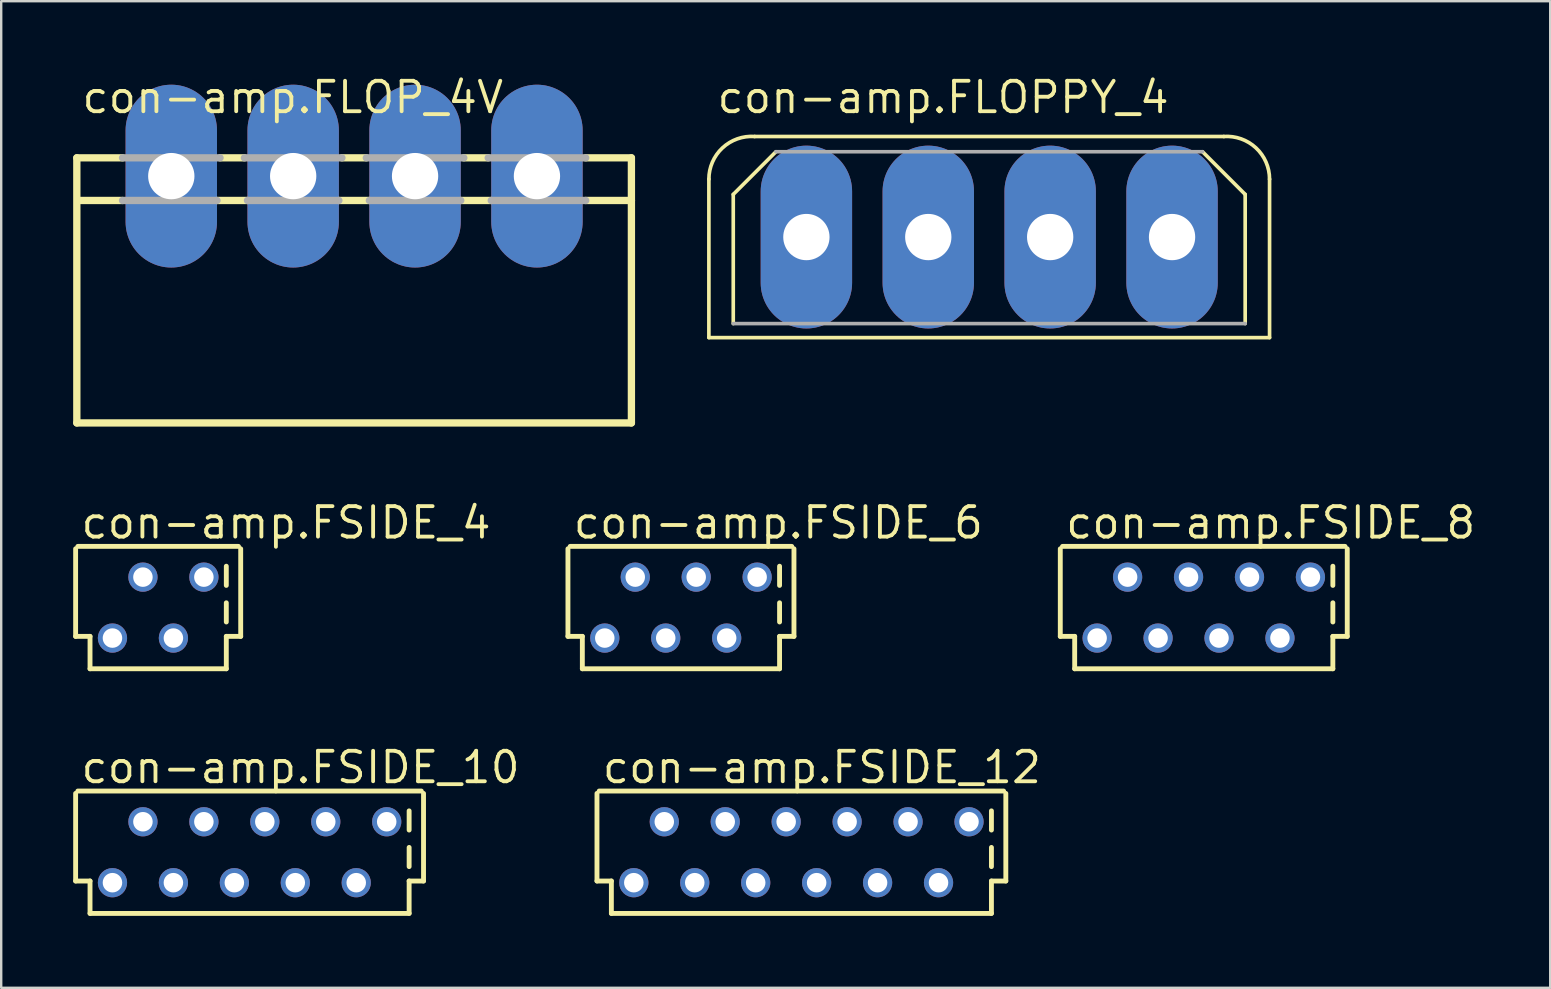
<source format=kicad_pcb>
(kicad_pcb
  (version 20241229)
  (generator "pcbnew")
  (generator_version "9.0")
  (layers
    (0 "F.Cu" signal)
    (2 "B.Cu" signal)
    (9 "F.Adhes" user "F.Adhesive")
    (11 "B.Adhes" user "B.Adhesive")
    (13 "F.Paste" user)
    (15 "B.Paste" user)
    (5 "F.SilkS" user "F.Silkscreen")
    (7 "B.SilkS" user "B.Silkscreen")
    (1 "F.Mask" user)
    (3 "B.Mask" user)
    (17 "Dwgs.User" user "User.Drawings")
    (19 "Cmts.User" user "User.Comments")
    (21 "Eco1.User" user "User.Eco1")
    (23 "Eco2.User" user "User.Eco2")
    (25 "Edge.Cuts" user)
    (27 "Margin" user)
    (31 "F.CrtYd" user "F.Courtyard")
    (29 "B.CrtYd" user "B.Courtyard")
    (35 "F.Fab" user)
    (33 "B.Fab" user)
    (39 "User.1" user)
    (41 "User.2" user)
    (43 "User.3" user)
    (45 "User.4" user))
  (footprint "con-amp.FSIDE_4"
    (layer "F.Cu")
    (at 3.542 22.273)
    (property "Reference" "con-amp.FSIDE_4" (at -3.302 -2.794 0) (layer "F.SilkS") (effects (font (size 1.27 1.27) (thickness 0.16)) (justify left bottom)))
    (attr through_hole)
    (fp_line (start -3.44 -2.451) (end -3.44 1.2) (stroke (width 0.203) (type default)) (layer "F.SilkS"))
    (fp_line (start -3.44 1.2) (end -2.84 1.2) (stroke (width 0.203) (type default)) (layer "F.SilkS"))
    (fp_line (start -2.84 1.2) (end -2.84 2.55) (stroke (width 0.203) (type default)) (layer "F.SilkS"))
    (fp_line (start -2.84 2.55) (end 2.84 2.55) (stroke (width 0.203) (type default)) (layer "F.SilkS"))
    (fp_line (start 2.84 -1.724) (end 2.84 -0.924) (stroke (width 0.203) (type default)) (layer "F.SilkS"))
    (fp_line (start 2.84 -0.2) (end 2.84 0.6) (stroke (width 0.203) (type default)) (layer "F.SilkS"))
    (fp_line (start 2.84 1.2) (end 3.44 1.2) (stroke (width 0.203) (type default)) (layer "F.SilkS"))
    (fp_line (start 2.84 2.55) (end 2.84 1.2) (stroke (width 0.203) (type default)) (layer "F.SilkS"))
    (fp_line (start 3.348 -2.55) (end -3.348 -2.55) (stroke (width 0.203) (type default)) (layer "F.SilkS"))
    (fp_line (start 3.44 1.2) (end 3.44 -2.451) (stroke (width 0.203) (type default)) (layer "F.SilkS"))
    (pad "1" thru_hole circle (at -1.905 1.27) (size 1.219 1.219) (drill 0.813) (layers "*.Cu" "*.Mask"))
    (pad "2" thru_hole circle (at -0.635 -1.27) (size 1.219 1.219) (drill 0.813) (layers "*.Cu" "*.Mask"))
    (pad "3" thru_hole circle (at 0.635 1.27) (size 1.219 1.219) (drill 0.813) (layers "*.Cu" "*.Mask"))
    (pad "4" thru_hole circle (at 1.905 -1.27) (size 1.219 1.219) (drill 0.813) (layers "*.Cu" "*.Mask")))
  (footprint "con-amp.FLOPPY_4"
    (layer "F.Cu")
    (at 38.179 6.83)
    (property "Reference" "con-amp.FLOPPY_4" (at -11.43 -5.08 0) (layer "F.SilkS") (effects (font (size 1.27 1.27) (thickness 0.16)) (justify left bottom)))
    (attr through_hole)
    (fp_line (start -11.684 4.191) (end -11.684 -2.413) (stroke (width 0.152) (type default)) (layer "F.SilkS"))
    (fp_line (start -10.668 -1.778) (end -10.668 3.607) (stroke (width 0.152) (type default)) (layer "F.SilkS"))
    (fp_line (start -10.668 -1.778) (end -8.89 -3.556) (stroke (width 0.152) (type default)) (layer "F.SilkS"))
    (fp_line (start 9.779 -4.191) (end -9.779 -4.191) (stroke (width 0.152) (type default)) (layer "F.SilkS"))
    (fp_line (start 10.668 -1.778) (end 8.89 -3.556) (stroke (width 0.152) (type default)) (layer "F.SilkS"))
    (fp_line (start 10.668 3.607) (end 10.668 -1.778) (stroke (width 0.152) (type default)) (layer "F.SilkS"))
    (fp_line (start 11.684 -2.413) (end 11.684 4.191) (stroke (width 0.152) (type default)) (layer "F.SilkS"))
    (fp_line (start 11.684 4.191) (end -11.684 4.191) (stroke (width 0.152) (type default)) (layer "F.SilkS"))
    (fp_arc (start -11.684 -2.413) (mid -11.117831 -3.715979) (end -9.779 -4.1912) (stroke (width 0.1524) (type default)) (layer "F.SilkS"))
    (fp_arc (start 9.779 -4.191) (mid 11.117689 -3.715838) (end 11.6838 -2.413) (stroke (width 0.1524) (type default)) (layer "F.SilkS"))
    (fp_line (start -10.668 3.607) (end 10.668 3.607) (stroke (width 0.152) (type default)) (layer "F.Fab"))
    (fp_line (start -8.89 -3.556) (end 8.89 -3.556) (stroke (width 0.152) (type default)) (layer "F.Fab"))
    (pad "1" thru_hole oval (at 7.62 0 90) (size 7.62 3.81) (drill 1.93) (layers "*.Cu" "*.Mask"))
    (pad "2" thru_hole oval (at 2.54 0 90) (size 7.62 3.81) (drill 1.93) (layers "*.Cu" "*.Mask"))
    (pad "3" thru_hole oval (at -2.54 0 90) (size 7.62 3.81) (drill 1.93) (layers "*.Cu" "*.Mask"))
    (pad "4" thru_hole oval (at -7.62 0 90) (size 7.62 3.81) (drill 1.93) (layers "*.Cu" "*.Mask")))
  (footprint "con-amp.FSIDE_12"
    (layer "F.Cu")
    (at 30.351 32.469)
    (property "Reference" "con-amp.FSIDE_12" (at -8.382 -2.794 0) (layer "F.SilkS") (effects (font (size 1.27 1.27) (thickness 0.16)) (justify left bottom)))
    (attr through_hole)
    (fp_line (start -8.52 -2.451) (end -8.52 1.2) (stroke (width 0.203) (type default)) (layer "F.SilkS"))
    (fp_line (start -8.52 1.2) (end -7.92 1.2) (stroke (width 0.203) (type default)) (layer "F.SilkS"))
    (fp_line (start -7.92 1.2) (end -7.92 2.55) (stroke (width 0.203) (type default)) (layer "F.SilkS"))
    (fp_line (start -7.92 2.55) (end 7.92 2.55) (stroke (width 0.203) (type default)) (layer "F.SilkS"))
    (fp_line (start 7.92 -1.724) (end 7.92 -0.924) (stroke (width 0.203) (type default)) (layer "F.SilkS"))
    (fp_line (start 7.92 -0.2) (end 7.92 0.6) (stroke (width 0.203) (type default)) (layer "F.SilkS"))
    (fp_line (start 7.92 1.2) (end 8.52 1.2) (stroke (width 0.203) (type default)) (layer "F.SilkS"))
    (fp_line (start 7.92 2.55) (end 7.92 1.2) (stroke (width 0.203) (type default)) (layer "F.SilkS"))
    (fp_line (start 8.428 -2.55) (end -8.428 -2.55) (stroke (width 0.203) (type default)) (layer "F.SilkS"))
    (fp_line (start 8.52 1.2) (end 8.52 -2.451) (stroke (width 0.203) (type default)) (layer "F.SilkS"))
    (pad "1" thru_hole circle (at -6.985 1.27) (size 1.219 1.219) (drill 0.813) (layers "*.Cu" "*.Mask"))
    (pad "2" thru_hole circle (at -5.715 -1.27) (size 1.219 1.219) (drill 0.813) (layers "*.Cu" "*.Mask"))
    (pad "3" thru_hole circle (at -4.445 1.27) (size 1.219 1.219) (drill 0.813) (layers "*.Cu" "*.Mask"))
    (pad "4" thru_hole circle (at -3.175 -1.27) (size 1.219 1.219) (drill 0.813) (layers "*.Cu" "*.Mask"))
    (pad "5" thru_hole circle (at -1.905 1.27) (size 1.219 1.219) (drill 0.813) (layers "*.Cu" "*.Mask"))
    (pad "6" thru_hole circle (at -0.635 -1.27) (size 1.219 1.219) (drill 0.813) (layers "*.Cu" "*.Mask"))
    (pad "7" thru_hole circle (at 0.635 1.27) (size 1.219 1.219) (drill 0.813) (layers "*.Cu" "*.Mask"))
    (pad "8" thru_hole circle (at 1.905 -1.27) (size 1.219 1.219) (drill 0.813) (layers "*.Cu" "*.Mask"))
    (pad "9" thru_hole circle (at 3.175 1.27) (size 1.219 1.219) (drill 0.813) (layers "*.Cu" "*.Mask"))
    (pad "10" thru_hole circle (at 4.445 -1.27) (size 1.219 1.219) (drill 0.813) (layers "*.Cu" "*.Mask"))
    (pad "11" thru_hole circle (at 5.715 1.27) (size 1.219 1.219) (drill 0.813) (layers "*.Cu" "*.Mask"))
    (pad "12" thru_hole circle (at 6.985 -1.27) (size 1.219 1.219) (drill 0.813) (layers "*.Cu" "*.Mask")))
  (footprint "con-amp.FSIDE_8"
    (layer "F.Cu")
    (at 47.121 22.273)
    (property "Reference" "con-amp.FSIDE_8" (at -5.842 -2.794 0) (layer "F.SilkS") (effects (font (size 1.27 1.27) (thickness 0.16)) (justify left bottom)))
    (attr through_hole)
    (fp_line (start -5.98 -2.451) (end -5.98 1.2) (stroke (width 0.203) (type default)) (layer "F.SilkS"))
    (fp_line (start -5.98 1.2) (end -5.38 1.2) (stroke (width 0.203) (type default)) (layer "F.SilkS"))
    (fp_line (start -5.38 1.2) (end -5.38 2.55) (stroke (width 0.203) (type default)) (layer "F.SilkS"))
    (fp_line (start -5.38 2.55) (end 5.38 2.55) (stroke (width 0.203) (type default)) (layer "F.SilkS"))
    (fp_line (start 5.38 -1.724) (end 5.38 -0.924) (stroke (width 0.203) (type default)) (layer "F.SilkS"))
    (fp_line (start 5.38 -0.2) (end 5.38 0.6) (stroke (width 0.203) (type default)) (layer "F.SilkS"))
    (fp_line (start 5.38 1.2) (end 5.98 1.2) (stroke (width 0.203) (type default)) (layer "F.SilkS"))
    (fp_line (start 5.38 2.55) (end 5.38 1.2) (stroke (width 0.203) (type default)) (layer "F.SilkS"))
    (fp_line (start 5.888 -2.55) (end -5.888 -2.55) (stroke (width 0.203) (type default)) (layer "F.SilkS"))
    (fp_line (start 5.98 1.2) (end 5.98 -2.451) (stroke (width 0.203) (type default)) (layer "F.SilkS"))
    (pad "1" thru_hole circle (at -4.445 1.27) (size 1.219 1.219) (drill 0.813) (layers "*.Cu" "*.Mask"))
    (pad "2" thru_hole circle (at -3.175 -1.27) (size 1.219 1.219) (drill 0.813) (layers "*.Cu" "*.Mask"))
    (pad "3" thru_hole circle (at -1.905 1.27) (size 1.219 1.219) (drill 0.813) (layers "*.Cu" "*.Mask"))
    (pad "4" thru_hole circle (at -0.635 -1.27) (size 1.219 1.219) (drill 0.813) (layers "*.Cu" "*.Mask"))
    (pad "5" thru_hole circle (at 0.635 1.27) (size 1.219 1.219) (drill 0.813) (layers "*.Cu" "*.Mask"))
    (pad "6" thru_hole circle (at 1.905 -1.27) (size 1.219 1.219) (drill 0.813) (layers "*.Cu" "*.Mask"))
    (pad "7" thru_hole circle (at 3.175 1.27) (size 1.219 1.219) (drill 0.813) (layers "*.Cu" "*.Mask"))
    (pad "8" thru_hole circle (at 4.445 -1.27) (size 1.219 1.219) (drill 0.813) (layers "*.Cu" "*.Mask")))
  (footprint "con-amp.FSIDE_10"
    (layer "F.Cu")
    (at 7.352 32.469)
    (property "Reference" "con-amp.FSIDE_10" (at -7.112 -2.794 0) (layer "F.SilkS") (effects (font (size 1.27 1.27) (thickness 0.16)) (justify left bottom)))
    (attr through_hole)
    (fp_line (start -7.25 -2.451) (end -7.25 1.2) (stroke (width 0.203) (type default)) (layer "F.SilkS"))
    (fp_line (start -7.25 1.2) (end -6.65 1.2) (stroke (width 0.203) (type default)) (layer "F.SilkS"))
    (fp_line (start -6.65 1.2) (end -6.65 2.55) (stroke (width 0.203) (type default)) (layer "F.SilkS"))
    (fp_line (start -6.65 2.55) (end 6.65 2.55) (stroke (width 0.203) (type default)) (layer "F.SilkS"))
    (fp_line (start 6.65 -1.724) (end 6.65 -0.924) (stroke (width 0.203) (type default)) (layer "F.SilkS"))
    (fp_line (start 6.65 -0.2) (end 6.65 0.6) (stroke (width 0.203) (type default)) (layer "F.SilkS"))
    (fp_line (start 6.65 1.2) (end 7.25 1.2) (stroke (width 0.203) (type default)) (layer "F.SilkS"))
    (fp_line (start 6.65 2.55) (end 6.65 1.2) (stroke (width 0.203) (type default)) (layer "F.SilkS"))
    (fp_line (start 7.158 -2.55) (end -7.158 -2.55) (stroke (width 0.203) (type default)) (layer "F.SilkS"))
    (fp_line (start 7.25 1.2) (end 7.25 -2.451) (stroke (width 0.203) (type default)) (layer "F.SilkS"))
    (pad "1" thru_hole circle (at -5.715 1.27) (size 1.219 1.219) (drill 0.813) (layers "*.Cu" "*.Mask"))
    (pad "2" thru_hole circle (at -4.445 -1.27) (size 1.219 1.219) (drill 0.813) (layers "*.Cu" "*.Mask"))
    (pad "3" thru_hole circle (at -3.175 1.27) (size 1.219 1.219) (drill 0.813) (layers "*.Cu" "*.Mask"))
    (pad "4" thru_hole circle (at -1.905 -1.27) (size 1.219 1.219) (drill 0.813) (layers "*.Cu" "*.Mask"))
    (pad "5" thru_hole circle (at -0.635 1.27) (size 1.219 1.219) (drill 0.813) (layers "*.Cu" "*.Mask"))
    (pad "6" thru_hole circle (at 0.635 -1.27) (size 1.219 1.219) (drill 0.813) (layers "*.Cu" "*.Mask"))
    (pad "7" thru_hole circle (at 1.905 1.27) (size 1.219 1.219) (drill 0.813) (layers "*.Cu" "*.Mask"))
    (pad "8" thru_hole circle (at 3.175 -1.27) (size 1.219 1.219) (drill 0.813) (layers "*.Cu" "*.Mask"))
    (pad "9" thru_hole circle (at 4.445 1.27) (size 1.219 1.219) (drill 0.813) (layers "*.Cu" "*.Mask"))
    (pad "10" thru_hole circle (at 5.715 -1.27) (size 1.219 1.219) (drill 0.813) (layers "*.Cu" "*.Mask")))
  (footprint "con-amp.FSIDE_6"
    (layer "F.Cu")
    (at 25.331 22.273)
    (property "Reference" "con-amp.FSIDE_6" (at -4.572 -2.794 0) (layer "F.SilkS") (effects (font (size 1.27 1.27) (thickness 0.16)) (justify left bottom)))
    (attr through_hole)
    (fp_line (start -4.71 -2.451) (end -4.71 1.2) (stroke (width 0.203) (type default)) (layer "F.SilkS"))
    (fp_line (start -4.71 1.2) (end -4.11 1.2) (stroke (width 0.203) (type default)) (layer "F.SilkS"))
    (fp_line (start -4.11 1.2) (end -4.11 2.55) (stroke (width 0.203) (type default)) (layer "F.SilkS"))
    (fp_line (start -4.11 2.55) (end 4.11 2.55) (stroke (width 0.203) (type default)) (layer "F.SilkS"))
    (fp_line (start 4.11 -1.724) (end 4.11 -0.924) (stroke (width 0.203) (type default)) (layer "F.SilkS"))
    (fp_line (start 4.11 -0.2) (end 4.11 0.6) (stroke (width 0.203) (type default)) (layer "F.SilkS"))
    (fp_line (start 4.11 1.2) (end 4.71 1.2) (stroke (width 0.203) (type default)) (layer "F.SilkS"))
    (fp_line (start 4.11 2.55) (end 4.11 1.2) (stroke (width 0.203) (type default)) (layer "F.SilkS"))
    (fp_line (start 4.618 -2.55) (end -4.618 -2.55) (stroke (width 0.203) (type default)) (layer "F.SilkS"))
    (fp_line (start 4.71 1.2) (end 4.71 -2.451) (stroke (width 0.203) (type default)) (layer "F.SilkS"))
    (pad "1" thru_hole circle (at -3.175 1.27) (size 1.219 1.219) (drill 0.813) (layers "*.Cu" "*.Mask"))
    (pad "2" thru_hole circle (at -1.905 -1.27) (size 1.219 1.219) (drill 0.813) (layers "*.Cu" "*.Mask"))
    (pad "3" thru_hole circle (at -0.635 1.27) (size 1.219 1.219) (drill 0.813) (layers "*.Cu" "*.Mask"))
    (pad "4" thru_hole circle (at 0.635 -1.27) (size 1.219 1.219) (drill 0.813) (layers "*.Cu" "*.Mask"))
    (pad "5" thru_hole circle (at 1.905 1.27) (size 1.219 1.219) (drill 0.813) (layers "*.Cu" "*.Mask"))
    (pad "6" thru_hole circle (at 3.175 -1.27) (size 1.219 1.219) (drill 0.813) (layers "*.Cu" "*.Mask")))
  (footprint "con-amp.FLOP_4V"
    (layer "F.Cu")
    (at 11.709 4.29)
    (property "Reference" "con-amp.FLOP_4V" (at -11.43 -2.54 0) (layer "F.SilkS") (effects (font (size 1.27 1.27) (thickness 0.16)) (justify left bottom)))
    (attr through_hole)
    (fp_line (start -11.557 -0.762) (end -9.652 -0.762) (stroke (width 0.305) (type default)) (layer "F.SilkS"))
    (fp_line (start -11.557 10.287) (end -11.557 -0.762) (stroke (width 0.305) (type default)) (layer "F.SilkS"))
    (fp_line (start -11.43 1.016) (end -9.652 1.016) (stroke (width 0.305) (type default)) (layer "F.SilkS"))
    (fp_line (start -5.715 1.016) (end -4.445 1.016) (stroke (width 0.305) (type default)) (layer "F.SilkS"))
    (fp_line (start -5.588 -0.762) (end -4.572 -0.762) (stroke (width 0.305) (type default)) (layer "F.SilkS"))
    (fp_line (start -0.635 1.016) (end 0.635 1.016) (stroke (width 0.305) (type default)) (layer "F.SilkS"))
    (fp_line (start -0.508 -0.762) (end 0.508 -0.762) (stroke (width 0.305) (type default)) (layer "F.SilkS"))
    (fp_line (start 4.445 1.016) (end 5.715 1.016) (stroke (width 0.305) (type default)) (layer "F.SilkS"))
    (fp_line (start 4.572 -0.762) (end 5.588 -0.762) (stroke (width 0.305) (type default)) (layer "F.SilkS"))
    (fp_line (start 9.652 -0.762) (end 11.557 -0.762) (stroke (width 0.305) (type default)) (layer "F.SilkS"))
    (fp_line (start 9.652 1.016) (end 11.557 1.016) (stroke (width 0.305) (type default)) (layer "F.SilkS"))
    (fp_line (start 11.557 -0.762) (end 11.557 1.016) (stroke (width 0.305) (type default)) (layer "F.SilkS"))
    (fp_line (start 11.557 1.016) (end 11.557 10.287) (stroke (width 0.305) (type default)) (layer "F.SilkS"))
    (fp_line (start 11.557 10.287) (end -11.557 10.287) (stroke (width 0.305) (type default)) (layer "F.SilkS"))
    (fp_line (start -9.652 -0.762) (end -5.588 -0.762) (stroke (width 0.305) (type default)) (layer "F.Fab"))
    (fp_line (start -9.652 1.016) (end -5.715 1.016) (stroke (width 0.305) (type default)) (layer "F.Fab"))
    (fp_line (start -4.572 -0.762) (end -0.508 -0.762) (stroke (width 0.305) (type default)) (layer "F.Fab"))
    (fp_line (start -4.445 1.016) (end -0.635 1.016) (stroke (width 0.305) (type default)) (layer "F.Fab"))
    (fp_line (start 0.508 -0.762) (end 4.572 -0.762) (stroke (width 0.305) (type default)) (layer "F.Fab"))
    (fp_line (start 0.635 1.016) (end 4.445 1.016) (stroke (width 0.305) (type default)) (layer "F.Fab"))
    (fp_line (start 5.588 -0.762) (end 9.652 -0.762) (stroke (width 0.305) (type default)) (layer "F.Fab"))
    (fp_line (start 5.715 1.016) (end 9.652 1.016) (stroke (width 0.305) (type default)) (layer "F.Fab"))
    (pad "1" thru_hole oval (at 7.62 0 90) (size 7.62 3.81) (drill 1.93) (layers "*.Cu" "*.Mask"))
    (pad "2" thru_hole oval (at 2.54 0 90) (size 7.62 3.81) (drill 1.93) (layers "*.Cu" "*.Mask"))
    (pad "3" thru_hole oval (at -2.54 0 90) (size 7.62 3.81) (drill 1.93) (layers "*.Cu" "*.Mask"))
    (pad "4" thru_hole oval (at -7.62 0 90) (size 7.62 3.81) (drill 1.93) (layers "*.Cu" "*.Mask")))
  (gr_rect
    (start -3 -3)
    (end 61.56 38.121)
    (stroke (width 0.1) (type default))
    (fill no)
    (layer "Edge.Cuts")))
</source>
